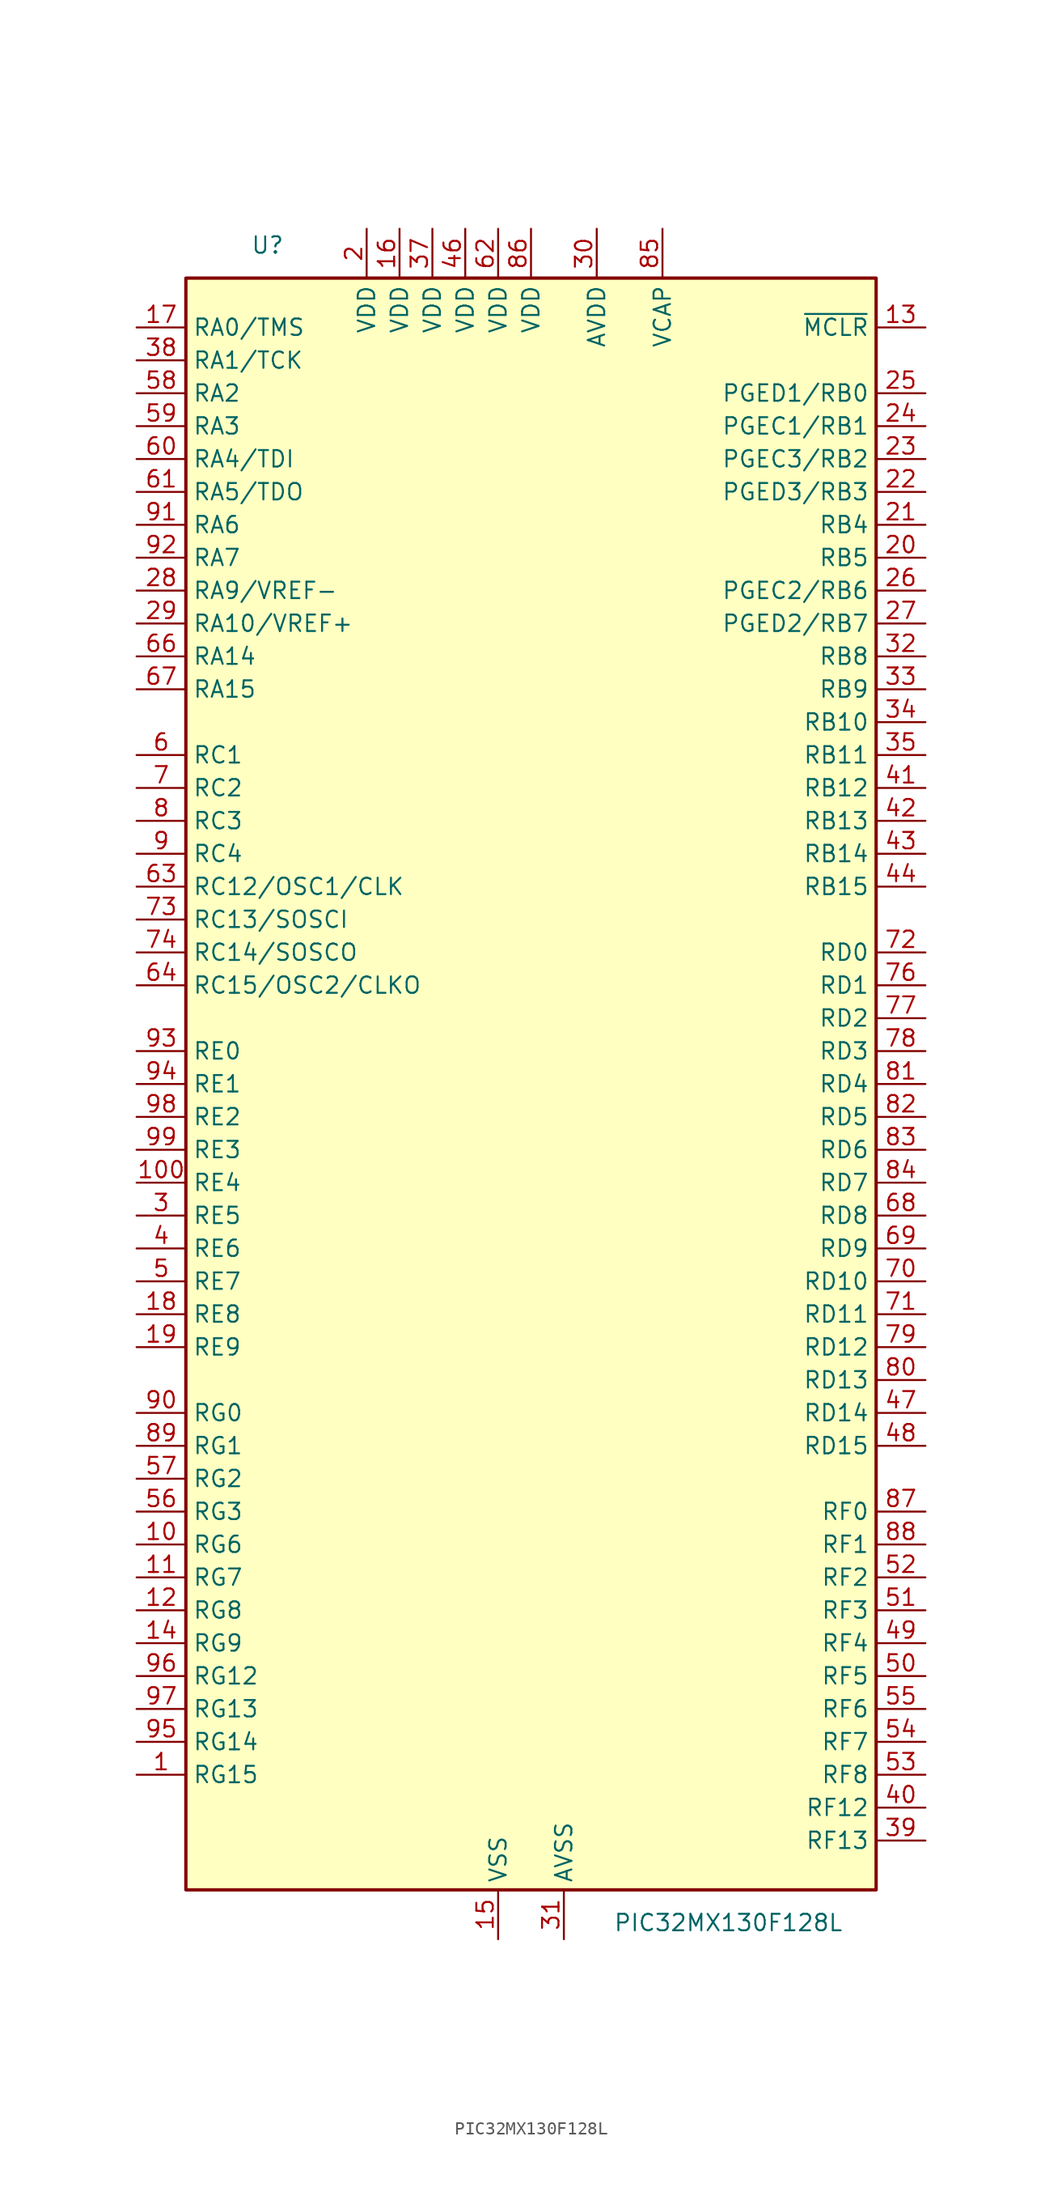
<source format=kicad_sym>
(kicad_symbol_lib
  (version 20211014)
  (generator kicad_symbol_editor)
  (symbol "PIC32MX130F128L"
    (property "Reference" "U"
      (at -19.05 64.77 0)
      (effects (font (size 1.27 1.27)) (justify right)))
    (property "Value" "PIC32MX130F128L"
      (at 6.35 -64.77 0)
      (effects (font (size 1.27 1.27)) (justify left)))
    (symbol "PIC32MX130F128L_0_1"
      (rectangle (start -26.67 62.23) (end 26.67 -62.23) (stroke (width 0.254) (type default) (color 0 0 0 0)) (fill (type background))))
    (symbol "PIC32MX130F128L_1_1"
      (pin bidirectional line (at -30.48 -53.34 0) (length 3.81) (name "RG15" (effects (font (size 1.27 1.27)))) (number "1" (effects (font (size 1.27 1.27)))))
      (pin bidirectional line (at -30.48 -35.56 0) (length 3.81) (name "RG6" (effects (font (size 1.27 1.27)))) (number "10" (effects (font (size 1.27 1.27)))))
      (pin bidirectional line (at -30.48 -7.62 0) (length 3.81) (name "RE4" (effects (font (size 1.27 1.27)))) (number "100" (effects (font (size 1.27 1.27)))))
      (pin bidirectional line (at -30.48 -38.1 0) (length 3.81) (name "RG7" (effects (font (size 1.27 1.27)))) (number "11" (effects (font (size 1.27 1.27)))))
      (pin bidirectional line (at -30.48 -40.64 0) (length 3.81) (name "RG8" (effects (font (size 1.27 1.27)))) (number "12" (effects (font (size 1.27 1.27)))))
      (pin input line (at 30.48 58.42 180) (length 3.81) (name "~{MCLR}" (effects (font (size 1.27 1.27)))) (number "13" (effects (font (size 1.27 1.27)))))
      (pin bidirectional line (at -30.48 -43.18 0) (length 3.81) (name "RG9" (effects (font (size 1.27 1.27)))) (number "14" (effects (font (size 1.27 1.27)))))
      (pin power_in line (at -2.54 -66.04 90) (length 3.81) (name "VSS" (effects (font (size 1.27 1.27)))) (number "15" (effects (font (size 1.27 1.27)))))
      (pin power_in line (at -10.16 66.04 270) (length 3.81) (name "VDD" (effects (font (size 1.27 1.27)))) (number "16" (effects (font (size 1.27 1.27)))))
      (pin bidirectional line (at -30.48 58.42 0) (length 3.81) (name "RA0/TMS" (effects (font (size 1.27 1.27)))) (number "17" (effects (font (size 1.27 1.27)))))
      (pin bidirectional line (at -30.48 -17.78 0) (length 3.81) (name "RE8" (effects (font (size 1.27 1.27)))) (number "18" (effects (font (size 1.27 1.27)))))
      (pin bidirectional line (at -30.48 -20.32 0) (length 3.81) (name "RE9" (effects (font (size 1.27 1.27)))) (number "19" (effects (font (size 1.27 1.27)))))
      (pin power_in line (at -12.7 66.04 270) (length 3.81) (name "VDD" (effects (font (size 1.27 1.27)))) (number "2" (effects (font (size 1.27 1.27)))))
      (pin bidirectional line (at 30.48 40.64 180) (length 3.81) (name "RB5" (effects (font (size 1.27 1.27)))) (number "20" (effects (font (size 1.27 1.27)))))
      (pin bidirectional line (at 30.48 43.18 180) (length 3.81) (name "RB4" (effects (font (size 1.27 1.27)))) (number "21" (effects (font (size 1.27 1.27)))))
      (pin bidirectional line (at 30.48 45.72 180) (length 3.81) (name "PGED3/RB3" (effects (font (size 1.27 1.27)))) (number "22" (effects (font (size 1.27 1.27)))))
      (pin bidirectional line (at 30.48 48.26 180) (length 3.81) (name "PGEC3/RB2" (effects (font (size 1.27 1.27)))) (number "23" (effects (font (size 1.27 1.27)))))
      (pin bidirectional line (at 30.48 50.8 180) (length 3.81) (name "PGEC1/RB1" (effects (font (size 1.27 1.27)))) (number "24" (effects (font (size 1.27 1.27)))))
      (pin bidirectional line (at 30.48 53.34 180) (length 3.81) (name "PGED1/RB0" (effects (font (size 1.27 1.27)))) (number "25" (effects (font (size 1.27 1.27)))))
      (pin bidirectional line (at 30.48 38.1 180) (length 3.81) (name "PGEC2/RB6" (effects (font (size 1.27 1.27)))) (number "26" (effects (font (size 1.27 1.27)))))
      (pin bidirectional line (at 30.48 35.56 180) (length 3.81) (name "PGED2/RB7" (effects (font (size 1.27 1.27)))) (number "27" (effects (font (size 1.27 1.27)))))
      (pin bidirectional line (at -30.48 38.1 0) (length 3.81) (name "RA9/VREF-" (effects (font (size 1.27 1.27)))) (number "28" (effects (font (size 1.27 1.27)))))
      (pin bidirectional line (at -30.48 35.56 0) (length 3.81) (name "RA10/VREF+" (effects (font (size 1.27 1.27)))) (number "29" (effects (font (size 1.27 1.27)))))
      (pin bidirectional line (at -30.48 -10.16 0) (length 3.81) (name "RE5" (effects (font (size 1.27 1.27)))) (number "3" (effects (font (size 1.27 1.27)))))
      (pin power_in line (at 5.08 66.04 270) (length 3.81) (name "AVDD" (effects (font (size 1.27 1.27)))) (number "30" (effects (font (size 1.27 1.27)))))
      (pin power_in line (at 2.54 -66.04 90) (length 3.81) (name "AVSS" (effects (font (size 1.27 1.27)))) (number "31" (effects (font (size 1.27 1.27)))))
      (pin bidirectional line (at 30.48 33.02 180) (length 3.81) (name "RB8" (effects (font (size 1.27 1.27)))) (number "32" (effects (font (size 1.27 1.27)))))
      (pin bidirectional line (at 30.48 30.48 180) (length 3.81) (name "RB9" (effects (font (size 1.27 1.27)))) (number "33" (effects (font (size 1.27 1.27)))))
      (pin bidirectional line (at 30.48 27.94 180) (length 3.81) (name "RB10" (effects (font (size 1.27 1.27)))) (number "34" (effects (font (size 1.27 1.27)))))
      (pin bidirectional line (at 30.48 25.4 180) (length 3.81) (name "RB11" (effects (font (size 1.27 1.27)))) (number "35" (effects (font (size 1.27 1.27)))))
      (pin passive line (at -2.54 -66.04 90) (length 3.81) hide (name "VSS" (effects (font (size 1.27 1.27)))) (number "36" (effects (font (size 1.27 1.27)))))
      (pin power_in line (at -7.62 66.04 270) (length 3.81) (name "VDD" (effects (font (size 1.27 1.27)))) (number "37" (effects (font (size 1.27 1.27)))))
      (pin bidirectional line (at -30.48 55.88 0) (length 3.81) (name "RA1/TCK" (effects (font (size 1.27 1.27)))) (number "38" (effects (font (size 1.27 1.27)))))
      (pin bidirectional line (at 30.48 -58.42 180) (length 3.81) (name "RF13" (effects (font (size 1.27 1.27)))) (number "39" (effects (font (size 1.27 1.27)))))
      (pin bidirectional line (at -30.48 -12.7 0) (length 3.81) (name "RE6" (effects (font (size 1.27 1.27)))) (number "4" (effects (font (size 1.27 1.27)))))
      (pin bidirectional line (at 30.48 -55.88 180) (length 3.81) (name "RF12" (effects (font (size 1.27 1.27)))) (number "40" (effects (font (size 1.27 1.27)))))
      (pin bidirectional line (at 30.48 22.86 180) (length 3.81) (name "RB12" (effects (font (size 1.27 1.27)))) (number "41" (effects (font (size 1.27 1.27)))))
      (pin bidirectional line (at 30.48 20.32 180) (length 3.81) (name "RB13" (effects (font (size 1.27 1.27)))) (number "42" (effects (font (size 1.27 1.27)))))
      (pin bidirectional line (at 30.48 17.78 180) (length 3.81) (name "RB14" (effects (font (size 1.27 1.27)))) (number "43" (effects (font (size 1.27 1.27)))))
      (pin bidirectional line (at 30.48 15.24 180) (length 3.81) (name "RB15" (effects (font (size 1.27 1.27)))) (number "44" (effects (font (size 1.27 1.27)))))
      (pin passive line (at -2.54 -66.04 90) (length 3.81) hide (name "VSS" (effects (font (size 1.27 1.27)))) (number "45" (effects (font (size 1.27 1.27)))))
      (pin power_in line (at -5.08 66.04 270) (length 3.81) (name "VDD" (effects (font (size 1.27 1.27)))) (number "46" (effects (font (size 1.27 1.27)))))
      (pin bidirectional line (at 30.48 -25.4 180) (length 3.81) (name "RD14" (effects (font (size 1.27 1.27)))) (number "47" (effects (font (size 1.27 1.27)))))
      (pin bidirectional line (at 30.48 -27.94 180) (length 3.81) (name "RD15" (effects (font (size 1.27 1.27)))) (number "48" (effects (font (size 1.27 1.27)))))
      (pin bidirectional line (at 30.48 -43.18 180) (length 3.81) (name "RF4" (effects (font (size 1.27 1.27)))) (number "49" (effects (font (size 1.27 1.27)))))
      (pin bidirectional line (at -30.48 -15.24 0) (length 3.81) (name "RE7" (effects (font (size 1.27 1.27)))) (number "5" (effects (font (size 1.27 1.27)))))
      (pin bidirectional line (at 30.48 -45.72 180) (length 3.81) (name "RF5" (effects (font (size 1.27 1.27)))) (number "50" (effects (font (size 1.27 1.27)))))
      (pin bidirectional line (at 30.48 -40.64 180) (length 3.81) (name "RF3" (effects (font (size 1.27 1.27)))) (number "51" (effects (font (size 1.27 1.27)))))
      (pin bidirectional line (at 30.48 -38.1 180) (length 3.81) (name "RF2" (effects (font (size 1.27 1.27)))) (number "52" (effects (font (size 1.27 1.27)))))
      (pin bidirectional line (at 30.48 -53.34 180) (length 3.81) (name "RF8" (effects (font (size 1.27 1.27)))) (number "53" (effects (font (size 1.27 1.27)))))
      (pin bidirectional line (at 30.48 -50.8 180) (length 3.81) (name "RF7" (effects (font (size 1.27 1.27)))) (number "54" (effects (font (size 1.27 1.27)))))
      (pin bidirectional line (at 30.48 -48.26 180) (length 3.81) (name "RF6" (effects (font (size 1.27 1.27)))) (number "55" (effects (font (size 1.27 1.27)))))
      (pin bidirectional line (at -30.48 -33.02 0) (length 3.81) (name "RG3" (effects (font (size 1.27 1.27)))) (number "56" (effects (font (size 1.27 1.27)))))
      (pin bidirectional line (at -30.48 -30.48 0) (length 3.81) (name "RG2" (effects (font (size 1.27 1.27)))) (number "57" (effects (font (size 1.27 1.27)))))
      (pin bidirectional line (at -30.48 53.34 0) (length 3.81) (name "RA2" (effects (font (size 1.27 1.27)))) (number "58" (effects (font (size 1.27 1.27)))))
      (pin bidirectional line (at -30.48 50.8 0) (length 3.81) (name "RA3" (effects (font (size 1.27 1.27)))) (number "59" (effects (font (size 1.27 1.27)))))
      (pin bidirectional line (at -30.48 25.4 0) (length 3.81) (name "RC1" (effects (font (size 1.27 1.27)))) (number "6" (effects (font (size 1.27 1.27)))))
      (pin bidirectional line (at -30.48 48.26 0) (length 3.81) (name "RA4/TDI" (effects (font (size 1.27 1.27)))) (number "60" (effects (font (size 1.27 1.27)))))
      (pin bidirectional line (at -30.48 45.72 0) (length 3.81) (name "RA5/TDO" (effects (font (size 1.27 1.27)))) (number "61" (effects (font (size 1.27 1.27)))))
      (pin power_in line (at -2.54 66.04 270) (length 3.81) (name "VDD" (effects (font (size 1.27 1.27)))) (number "62" (effects (font (size 1.27 1.27)))))
      (pin bidirectional line (at -30.48 15.24 0) (length 3.81) (name "RC12/OSC1/CLK" (effects (font (size 1.27 1.27)))) (number "63" (effects (font (size 1.27 1.27)))))
      (pin bidirectional line (at -30.48 7.62 0) (length 3.81) (name "RC15/OSC2/CLKO" (effects (font (size 1.27 1.27)))) (number "64" (effects (font (size 1.27 1.27)))))
      (pin passive line (at -2.54 -66.04 90) (length 3.81) hide (name "VSS" (effects (font (size 1.27 1.27)))) (number "65" (effects (font (size 1.27 1.27)))))
      (pin bidirectional line (at -30.48 33.02 0) (length 3.81) (name "RA14" (effects (font (size 1.27 1.27)))) (number "66" (effects (font (size 1.27 1.27)))))
      (pin bidirectional line (at -30.48 30.48 0) (length 3.81) (name "RA15" (effects (font (size 1.27 1.27)))) (number "67" (effects (font (size 1.27 1.27)))))
      (pin bidirectional line (at 30.48 -10.16 180) (length 3.81) (name "RD8" (effects (font (size 1.27 1.27)))) (number "68" (effects (font (size 1.27 1.27)))))
      (pin bidirectional line (at 30.48 -12.7 180) (length 3.81) (name "RD9" (effects (font (size 1.27 1.27)))) (number "69" (effects (font (size 1.27 1.27)))))
      (pin bidirectional line (at -30.48 22.86 0) (length 3.81) (name "RC2" (effects (font (size 1.27 1.27)))) (number "7" (effects (font (size 1.27 1.27)))))
      (pin bidirectional line (at 30.48 -15.24 180) (length 3.81) (name "RD10" (effects (font (size 1.27 1.27)))) (number "70" (effects (font (size 1.27 1.27)))))
      (pin bidirectional line (at 30.48 -17.78 180) (length 3.81) (name "RD11" (effects (font (size 1.27 1.27)))) (number "71" (effects (font (size 1.27 1.27)))))
      (pin bidirectional line (at 30.48 10.16 180) (length 3.81) (name "RD0" (effects (font (size 1.27 1.27)))) (number "72" (effects (font (size 1.27 1.27)))))
      (pin bidirectional line (at -30.48 12.7 0) (length 3.81) (name "RC13/SOSCI" (effects (font (size 1.27 1.27)))) (number "73" (effects (font (size 1.27 1.27)))))
      (pin bidirectional line (at -30.48 10.16 0) (length 3.81) (name "RC14/SOSCO" (effects (font (size 1.27 1.27)))) (number "74" (effects (font (size 1.27 1.27)))))
      (pin passive line (at -2.54 -66.04 90) (length 3.81) hide (name "VSS" (effects (font (size 1.27 1.27)))) (number "75" (effects (font (size 1.27 1.27)))))
      (pin bidirectional line (at 30.48 7.62 180) (length 3.81) (name "RD1" (effects (font (size 1.27 1.27)))) (number "76" (effects (font (size 1.27 1.27)))))
      (pin bidirectional line (at 30.48 5.08 180) (length 3.81) (name "RD2" (effects (font (size 1.27 1.27)))) (number "77" (effects (font (size 1.27 1.27)))))
      (pin bidirectional line (at 30.48 2.54 180) (length 3.81) (name "RD3" (effects (font (size 1.27 1.27)))) (number "78" (effects (font (size 1.27 1.27)))))
      (pin bidirectional line (at 30.48 -20.32 180) (length 3.81) (name "RD12" (effects (font (size 1.27 1.27)))) (number "79" (effects (font (size 1.27 1.27)))))
      (pin bidirectional line (at -30.48 20.32 0) (length 3.81) (name "RC3" (effects (font (size 1.27 1.27)))) (number "8" (effects (font (size 1.27 1.27)))))
      (pin bidirectional line (at 30.48 -22.86 180) (length 3.81) (name "RD13" (effects (font (size 1.27 1.27)))) (number "80" (effects (font (size 1.27 1.27)))))
      (pin bidirectional line (at 30.48 0 180) (length 3.81) (name "RD4" (effects (font (size 1.27 1.27)))) (number "81" (effects (font (size 1.27 1.27)))))
      (pin bidirectional line (at 30.48 -2.54 180) (length 3.81) (name "RD5" (effects (font (size 1.27 1.27)))) (number "82" (effects (font (size 1.27 1.27)))))
      (pin bidirectional line (at 30.48 -5.08 180) (length 3.81) (name "RD6" (effects (font (size 1.27 1.27)))) (number "83" (effects (font (size 1.27 1.27)))))
      (pin bidirectional line (at 30.48 -7.62 180) (length 3.81) (name "RD7" (effects (font (size 1.27 1.27)))) (number "84" (effects (font (size 1.27 1.27)))))
      (pin power_out line (at 10.16 66.04 270) (length 3.81) (name "VCAP" (effects (font (size 1.27 1.27)))) (number "85" (effects (font (size 1.27 1.27)))))
      (pin power_in line (at 0 66.04 270) (length 3.81) (name "VDD" (effects (font (size 1.27 1.27)))) (number "86" (effects (font (size 1.27 1.27)))))
      (pin bidirectional line (at 30.48 -33.02 180) (length 3.81) (name "RF0" (effects (font (size 1.27 1.27)))) (number "87" (effects (font (size 1.27 1.27)))))
      (pin bidirectional line (at 30.48 -35.56 180) (length 3.81) (name "RF1" (effects (font (size 1.27 1.27)))) (number "88" (effects (font (size 1.27 1.27)))))
      (pin bidirectional line (at -30.48 -27.94 0) (length 3.81) (name "RG1" (effects (font (size 1.27 1.27)))) (number "89" (effects (font (size 1.27 1.27)))))
      (pin bidirectional line (at -30.48 17.78 0) (length 3.81) (name "RC4" (effects (font (size 1.27 1.27)))) (number "9" (effects (font (size 1.27 1.27)))))
      (pin bidirectional line (at -30.48 -25.4 0) (length 3.81) (name "RG0" (effects (font (size 1.27 1.27)))) (number "90" (effects (font (size 1.27 1.27)))))
      (pin bidirectional line (at -30.48 43.18 0) (length 3.81) (name "RA6" (effects (font (size 1.27 1.27)))) (number "91" (effects (font (size 1.27 1.27)))))
      (pin bidirectional line (at -30.48 40.64 0) (length 3.81) (name "RA7" (effects (font (size 1.27 1.27)))) (number "92" (effects (font (size 1.27 1.27)))))
      (pin bidirectional line (at -30.48 2.54 0) (length 3.81) (name "RE0" (effects (font (size 1.27 1.27)))) (number "93" (effects (font (size 1.27 1.27)))))
      (pin bidirectional line (at -30.48 0 0) (length 3.81) (name "RE1" (effects (font (size 1.27 1.27)))) (number "94" (effects (font (size 1.27 1.27)))))
      (pin bidirectional line (at -30.48 -50.8 0) (length 3.81) (name "RG14" (effects (font (size 1.27 1.27)))) (number "95" (effects (font (size 1.27 1.27)))))
      (pin bidirectional line (at -30.48 -45.72 0) (length 3.81) (name "RG12" (effects (font (size 1.27 1.27)))) (number "96" (effects (font (size 1.27 1.27)))))
      (pin bidirectional line (at -30.48 -48.26 0) (length 3.81) (name "RG13" (effects (font (size 1.27 1.27)))) (number "97" (effects (font (size 1.27 1.27)))))
      (pin bidirectional line (at -30.48 -2.54 0) (length 3.81) (name "RE2" (effects (font (size 1.27 1.27)))) (number "98" (effects (font (size 1.27 1.27)))))
      (pin bidirectional line (at -30.48 -5.08 0) (length 3.81) (name "RE3" (effects (font (size 1.27 1.27)))) (number "99" (effects (font (size 1.27 1.27))))))))
</source>
